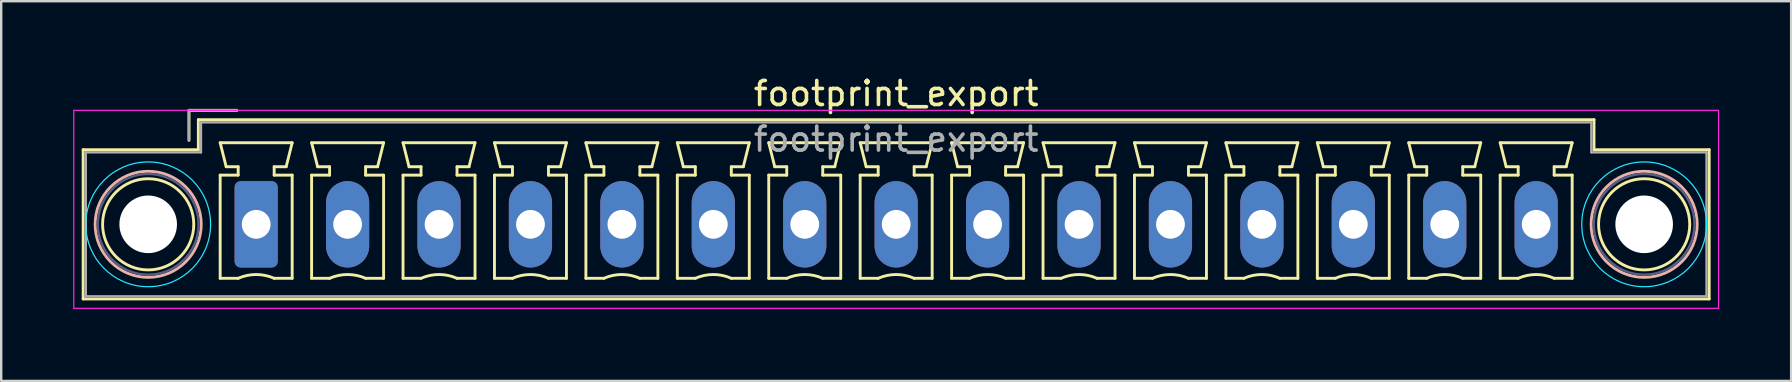
<source format=kicad_pcb>
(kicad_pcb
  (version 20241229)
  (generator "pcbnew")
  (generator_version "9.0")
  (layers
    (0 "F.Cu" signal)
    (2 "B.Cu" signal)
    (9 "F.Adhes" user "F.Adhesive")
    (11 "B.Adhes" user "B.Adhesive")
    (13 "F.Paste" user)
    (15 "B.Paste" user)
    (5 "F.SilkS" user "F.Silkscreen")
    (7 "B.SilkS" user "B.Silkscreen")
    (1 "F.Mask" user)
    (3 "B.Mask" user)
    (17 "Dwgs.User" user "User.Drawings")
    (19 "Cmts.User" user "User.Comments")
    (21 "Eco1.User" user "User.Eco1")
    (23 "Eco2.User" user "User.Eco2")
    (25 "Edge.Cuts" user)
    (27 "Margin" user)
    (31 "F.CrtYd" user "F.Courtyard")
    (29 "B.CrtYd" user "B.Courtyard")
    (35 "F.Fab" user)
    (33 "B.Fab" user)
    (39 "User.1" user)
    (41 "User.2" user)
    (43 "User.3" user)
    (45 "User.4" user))
  (footprint "footprint_export"
    (layer "F.Cu")
    (at 7.625 6.298)
    (property "Reference" "footprint_export" (at 26.67 -5.45 0) (layer "F.SilkS") (effects (font (size 1 1) (thickness 0.15))))
    (attr through_hole)
    (fp_line (start -7.21 -3.11) (end -7.21 3.11) (stroke (width 0.12) (type solid)) (layer "F.SilkS"))
    (fp_line (start -7.21 3.11) (end 60.55 3.11) (stroke (width 0.12) (type solid)) (layer "F.SilkS"))
    (fp_line (start -2.8 -4.75) (end -0.8 -4.75) (stroke (width 0.12) (type solid)) (layer "F.SilkS"))
    (fp_line (start -2.8 -3.5) (end -2.8 -4.75) (stroke (width 0.12) (type solid)) (layer "F.SilkS"))
    (fp_line (start -2.41 -4.36) (end -2.41 -3.11) (stroke (width 0.12) (type solid)) (layer "F.SilkS"))
    (fp_line (start -2.41 -3.11) (end -7.21 -3.11) (stroke (width 0.12) (type solid)) (layer "F.SilkS"))
    (fp_line (start -1.5 -3.4) (end 1.5 -3.4) (stroke (width 0.12) (type solid)) (layer "F.SilkS"))
    (fp_line (start -1.5 -2.05) (end -0.75 -2.05) (stroke (width 0.12) (type solid)) (layer "F.SilkS"))
    (fp_line (start -1.5 2.25) (end -1.5 -2.05) (stroke (width 0.12) (type solid)) (layer "F.SilkS"))
    (fp_line (start -1.25 -2.4) (end -1.5 -3.4) (stroke (width 0.12) (type solid)) (layer "F.SilkS"))
    (fp_line (start -0.75 -2.4) (end -1.25 -2.4) (stroke (width 0.12) (type solid)) (layer "F.SilkS"))
    (fp_line (start -0.75 -2.05) (end -0.75 -2.4) (stroke (width 0.12) (type solid)) (layer "F.SilkS"))
    (fp_line (start -0.75 2.25) (end -1.5 2.25) (stroke (width 0.12) (type solid)) (layer "F.SilkS"))
    (fp_line (start 0.75 -2.4) (end 0.75 -2.05) (stroke (width 0.12) (type solid)) (layer "F.SilkS"))
    (fp_line (start 0.75 -2.05) (end 1.5 -2.05) (stroke (width 0.12) (type solid)) (layer "F.SilkS"))
    (fp_line (start 1.25 -2.4) (end 0.75 -2.4) (stroke (width 0.12) (type solid)) (layer "F.SilkS"))
    (fp_line (start 1.5 -3.4) (end 1.25 -2.4) (stroke (width 0.12) (type solid)) (layer "F.SilkS"))
    (fp_line (start 1.5 -2.05) (end 1.5 2.25) (stroke (width 0.12) (type solid)) (layer "F.SilkS"))
    (fp_line (start 1.5 2.25) (end 0.75 2.25) (stroke (width 0.12) (type solid)) (layer "F.SilkS"))
    (fp_line (start 2.31 -3.4) (end 5.31 -3.4) (stroke (width 0.12) (type solid)) (layer "F.SilkS"))
    (fp_line (start 2.31 -2.05) (end 3.06 -2.05) (stroke (width 0.12) (type solid)) (layer "F.SilkS"))
    (fp_line (start 2.31 2.25) (end 2.31 -2.05) (stroke (width 0.12) (type solid)) (layer "F.SilkS"))
    (fp_line (start 2.56 -2.4) (end 2.31 -3.4) (stroke (width 0.12) (type solid)) (layer "F.SilkS"))
    (fp_line (start 3.06 -2.4) (end 2.56 -2.4) (stroke (width 0.12) (type solid)) (layer "F.SilkS"))
    (fp_line (start 3.06 -2.05) (end 3.06 -2.4) (stroke (width 0.12) (type solid)) (layer "F.SilkS"))
    (fp_line (start 3.06 2.25) (end 2.31 2.25) (stroke (width 0.12) (type solid)) (layer "F.SilkS"))
    (fp_line (start 4.56 -2.4) (end 4.56 -2.05) (stroke (width 0.12) (type solid)) (layer "F.SilkS"))
    (fp_line (start 4.56 -2.05) (end 5.31 -2.05) (stroke (width 0.12) (type solid)) (layer "F.SilkS"))
    (fp_line (start 5.06 -2.4) (end 4.56 -2.4) (stroke (width 0.12) (type solid)) (layer "F.SilkS"))
    (fp_line (start 5.31 -3.4) (end 5.06 -2.4) (stroke (width 0.12) (type solid)) (layer "F.SilkS"))
    (fp_line (start 5.31 -2.05) (end 5.31 2.25) (stroke (width 0.12) (type solid)) (layer "F.SilkS"))
    (fp_line (start 5.31 2.25) (end 4.56 2.25) (stroke (width 0.12) (type solid)) (layer "F.SilkS"))
    (fp_line (start 6.12 -3.4) (end 9.12 -3.4) (stroke (width 0.12) (type solid)) (layer "F.SilkS"))
    (fp_line (start 6.12 -2.05) (end 6.87 -2.05) (stroke (width 0.12) (type solid)) (layer "F.SilkS"))
    (fp_line (start 6.12 2.25) (end 6.12 -2.05) (stroke (width 0.12) (type solid)) (layer "F.SilkS"))
    (fp_line (start 6.37 -2.4) (end 6.12 -3.4) (stroke (width 0.12) (type solid)) (layer "F.SilkS"))
    (fp_line (start 6.87 -2.4) (end 6.37 -2.4) (stroke (width 0.12) (type solid)) (layer "F.SilkS"))
    (fp_line (start 6.87 -2.05) (end 6.87 -2.4) (stroke (width 0.12) (type solid)) (layer "F.SilkS"))
    (fp_line (start 6.87 2.25) (end 6.12 2.25) (stroke (width 0.12) (type solid)) (layer "F.SilkS"))
    (fp_line (start 8.37 -2.4) (end 8.37 -2.05) (stroke (width 0.12) (type solid)) (layer "F.SilkS"))
    (fp_line (start 8.37 -2.05) (end 9.12 -2.05) (stroke (width 0.12) (type solid)) (layer "F.SilkS"))
    (fp_line (start 8.87 -2.4) (end 8.37 -2.4) (stroke (width 0.12) (type solid)) (layer "F.SilkS"))
    (fp_line (start 9.12 -3.4) (end 8.87 -2.4) (stroke (width 0.12) (type solid)) (layer "F.SilkS"))
    (fp_line (start 9.12 -2.05) (end 9.12 2.25) (stroke (width 0.12) (type solid)) (layer "F.SilkS"))
    (fp_line (start 9.12 2.25) (end 8.37 2.25) (stroke (width 0.12) (type solid)) (layer "F.SilkS"))
    (fp_line (start 9.93 -3.4) (end 12.93 -3.4) (stroke (width 0.12) (type solid)) (layer "F.SilkS"))
    (fp_line (start 9.93 -2.05) (end 10.68 -2.05) (stroke (width 0.12) (type solid)) (layer "F.SilkS"))
    (fp_line (start 9.93 2.25) (end 9.93 -2.05) (stroke (width 0.12) (type solid)) (layer "F.SilkS"))
    (fp_line (start 10.18 -2.4) (end 9.93 -3.4) (stroke (width 0.12) (type solid)) (layer "F.SilkS"))
    (fp_line (start 10.68 -2.4) (end 10.18 -2.4) (stroke (width 0.12) (type solid)) (layer "F.SilkS"))
    (fp_line (start 10.68 -2.05) (end 10.68 -2.4) (stroke (width 0.12) (type solid)) (layer "F.SilkS"))
    (fp_line (start 10.68 2.25) (end 9.93 2.25) (stroke (width 0.12) (type solid)) (layer "F.SilkS"))
    (fp_line (start 12.18 -2.4) (end 12.18 -2.05) (stroke (width 0.12) (type solid)) (layer "F.SilkS"))
    (fp_line (start 12.18 -2.05) (end 12.93 -2.05) (stroke (width 0.12) (type solid)) (layer "F.SilkS"))
    (fp_line (start 12.68 -2.4) (end 12.18 -2.4) (stroke (width 0.12) (type solid)) (layer "F.SilkS"))
    (fp_line (start 12.93 -3.4) (end 12.68 -2.4) (stroke (width 0.12) (type solid)) (layer "F.SilkS"))
    (fp_line (start 12.93 -2.05) (end 12.93 2.25) (stroke (width 0.12) (type solid)) (layer "F.SilkS"))
    (fp_line (start 12.93 2.25) (end 12.18 2.25) (stroke (width 0.12) (type solid)) (layer "F.SilkS"))
    (fp_line (start 13.74 -3.4) (end 16.74 -3.4) (stroke (width 0.12) (type solid)) (layer "F.SilkS"))
    (fp_line (start 13.74 -2.05) (end 14.49 -2.05) (stroke (width 0.12) (type solid)) (layer "F.SilkS"))
    (fp_line (start 13.74 2.25) (end 13.74 -2.05) (stroke (width 0.12) (type solid)) (layer "F.SilkS"))
    (fp_line (start 13.99 -2.4) (end 13.74 -3.4) (stroke (width 0.12) (type solid)) (layer "F.SilkS"))
    (fp_line (start 14.49 -2.4) (end 13.99 -2.4) (stroke (width 0.12) (type solid)) (layer "F.SilkS"))
    (fp_line (start 14.49 -2.05) (end 14.49 -2.4) (stroke (width 0.12) (type solid)) (layer "F.SilkS"))
    (fp_line (start 14.49 2.25) (end 13.74 2.25) (stroke (width 0.12) (type solid)) (layer "F.SilkS"))
    (fp_line (start 15.99 -2.4) (end 15.99 -2.05) (stroke (width 0.12) (type solid)) (layer "F.SilkS"))
    (fp_line (start 15.99 -2.05) (end 16.74 -2.05) (stroke (width 0.12) (type solid)) (layer "F.SilkS"))
    (fp_line (start 16.49 -2.4) (end 15.99 -2.4) (stroke (width 0.12) (type solid)) (layer "F.SilkS"))
    (fp_line (start 16.74 -3.4) (end 16.49 -2.4) (stroke (width 0.12) (type solid)) (layer "F.SilkS"))
    (fp_line (start 16.74 -2.05) (end 16.74 2.25) (stroke (width 0.12) (type solid)) (layer "F.SilkS"))
    (fp_line (start 16.74 2.25) (end 15.99 2.25) (stroke (width 0.12) (type solid)) (layer "F.SilkS"))
    (fp_line (start 17.55 -3.4) (end 20.55 -3.4) (stroke (width 0.12) (type solid)) (layer "F.SilkS"))
    (fp_line (start 17.55 -2.05) (end 18.3 -2.05) (stroke (width 0.12) (type solid)) (layer "F.SilkS"))
    (fp_line (start 17.55 2.25) (end 17.55 -2.05) (stroke (width 0.12) (type solid)) (layer "F.SilkS"))
    (fp_line (start 17.8 -2.4) (end 17.55 -3.4) (stroke (width 0.12) (type solid)) (layer "F.SilkS"))
    (fp_line (start 18.3 -2.4) (end 17.8 -2.4) (stroke (width 0.12) (type solid)) (layer "F.SilkS"))
    (fp_line (start 18.3 -2.05) (end 18.3 -2.4) (stroke (width 0.12) (type solid)) (layer "F.SilkS"))
    (fp_line (start 18.3 2.25) (end 17.55 2.25) (stroke (width 0.12) (type solid)) (layer "F.SilkS"))
    (fp_line (start 19.8 -2.4) (end 19.8 -2.05) (stroke (width 0.12) (type solid)) (layer "F.SilkS"))
    (fp_line (start 19.8 -2.05) (end 20.55 -2.05) (stroke (width 0.12) (type solid)) (layer "F.SilkS"))
    (fp_line (start 20.3 -2.4) (end 19.8 -2.4) (stroke (width 0.12) (type solid)) (layer "F.SilkS"))
    (fp_line (start 20.55 -3.4) (end 20.3 -2.4) (stroke (width 0.12) (type solid)) (layer "F.SilkS"))
    (fp_line (start 20.55 -2.05) (end 20.55 2.25) (stroke (width 0.12) (type solid)) (layer "F.SilkS"))
    (fp_line (start 20.55 2.25) (end 19.8 2.25) (stroke (width 0.12) (type solid)) (layer "F.SilkS"))
    (fp_line (start 21.36 -3.4) (end 24.36 -3.4) (stroke (width 0.12) (type solid)) (layer "F.SilkS"))
    (fp_line (start 21.36 -2.05) (end 22.11 -2.05) (stroke (width 0.12) (type solid)) (layer "F.SilkS"))
    (fp_line (start 21.36 2.25) (end 21.36 -2.05) (stroke (width 0.12) (type solid)) (layer "F.SilkS"))
    (fp_line (start 21.61 -2.4) (end 21.36 -3.4) (stroke (width 0.12) (type solid)) (layer "F.SilkS"))
    (fp_line (start 22.11 -2.4) (end 21.61 -2.4) (stroke (width 0.12) (type solid)) (layer "F.SilkS"))
    (fp_line (start 22.11 -2.05) (end 22.11 -2.4) (stroke (width 0.12) (type solid)) (layer "F.SilkS"))
    (fp_line (start 22.11 2.25) (end 21.36 2.25) (stroke (width 0.12) (type solid)) (layer "F.SilkS"))
    (fp_line (start 23.61 -2.4) (end 23.61 -2.05) (stroke (width 0.12) (type solid)) (layer "F.SilkS"))
    (fp_line (start 23.61 -2.05) (end 24.36 -2.05) (stroke (width 0.12) (type solid)) (layer "F.SilkS"))
    (fp_line (start 24.11 -2.4) (end 23.61 -2.4) (stroke (width 0.12) (type solid)) (layer "F.SilkS"))
    (fp_line (start 24.36 -3.4) (end 24.11 -2.4) (stroke (width 0.12) (type solid)) (layer "F.SilkS"))
    (fp_line (start 24.36 -2.05) (end 24.36 2.25) (stroke (width 0.12) (type solid)) (layer "F.SilkS"))
    (fp_line (start 24.36 2.25) (end 23.61 2.25) (stroke (width 0.12) (type solid)) (layer "F.SilkS"))
    (fp_line (start 25.17 -3.4) (end 28.17 -3.4) (stroke (width 0.12) (type solid)) (layer "F.SilkS"))
    (fp_line (start 25.17 -2.05) (end 25.92 -2.05) (stroke (width 0.12) (type solid)) (layer "F.SilkS"))
    (fp_line (start 25.17 2.25) (end 25.17 -2.05) (stroke (width 0.12) (type solid)) (layer "F.SilkS"))
    (fp_line (start 25.42 -2.4) (end 25.17 -3.4) (stroke (width 0.12) (type solid)) (layer "F.SilkS"))
    (fp_line (start 25.92 -2.4) (end 25.42 -2.4) (stroke (width 0.12) (type solid)) (layer "F.SilkS"))
    (fp_line (start 25.92 -2.05) (end 25.92 -2.4) (stroke (width 0.12) (type solid)) (layer "F.SilkS"))
    (fp_line (start 25.92 2.25) (end 25.17 2.25) (stroke (width 0.12) (type solid)) (layer "F.SilkS"))
    (fp_line (start 27.42 -2.4) (end 27.42 -2.05) (stroke (width 0.12) (type solid)) (layer "F.SilkS"))
    (fp_line (start 27.42 -2.05) (end 28.17 -2.05) (stroke (width 0.12) (type solid)) (layer "F.SilkS"))
    (fp_line (start 27.92 -2.4) (end 27.42 -2.4) (stroke (width 0.12) (type solid)) (layer "F.SilkS"))
    (fp_line (start 28.17 -3.4) (end 27.92 -2.4) (stroke (width 0.12) (type solid)) (layer "F.SilkS"))
    (fp_line (start 28.17 -2.05) (end 28.17 2.25) (stroke (width 0.12) (type solid)) (layer "F.SilkS"))
    (fp_line (start 28.17 2.25) (end 27.42 2.25) (stroke (width 0.12) (type solid)) (layer "F.SilkS"))
    (fp_line (start 28.98 -3.4) (end 31.98 -3.4) (stroke (width 0.12) (type solid)) (layer "F.SilkS"))
    (fp_line (start 28.98 -2.05) (end 29.73 -2.05) (stroke (width 0.12) (type solid)) (layer "F.SilkS"))
    (fp_line (start 28.98 2.25) (end 28.98 -2.05) (stroke (width 0.12) (type solid)) (layer "F.SilkS"))
    (fp_line (start 29.23 -2.4) (end 28.98 -3.4) (stroke (width 0.12) (type solid)) (layer "F.SilkS"))
    (fp_line (start 29.73 -2.4) (end 29.23 -2.4) (stroke (width 0.12) (type solid)) (layer "F.SilkS"))
    (fp_line (start 29.73 -2.05) (end 29.73 -2.4) (stroke (width 0.12) (type solid)) (layer "F.SilkS"))
    (fp_line (start 29.73 2.25) (end 28.98 2.25) (stroke (width 0.12) (type solid)) (layer "F.SilkS"))
    (fp_line (start 31.23 -2.4) (end 31.23 -2.05) (stroke (width 0.12) (type solid)) (layer "F.SilkS"))
    (fp_line (start 31.23 -2.05) (end 31.98 -2.05) (stroke (width 0.12) (type solid)) (layer "F.SilkS"))
    (fp_line (start 31.73 -2.4) (end 31.23 -2.4) (stroke (width 0.12) (type solid)) (layer "F.SilkS"))
    (fp_line (start 31.98 -3.4) (end 31.73 -2.4) (stroke (width 0.12) (type solid)) (layer "F.SilkS"))
    (fp_line (start 31.98 -2.05) (end 31.98 2.25) (stroke (width 0.12) (type solid)) (layer "F.SilkS"))
    (fp_line (start 31.98 2.25) (end 31.23 2.25) (stroke (width 0.12) (type solid)) (layer "F.SilkS"))
    (fp_line (start 32.79 -3.4) (end 35.79 -3.4) (stroke (width 0.12) (type solid)) (layer "F.SilkS"))
    (fp_line (start 32.79 -2.05) (end 33.54 -2.05) (stroke (width 0.12) (type solid)) (layer "F.SilkS"))
    (fp_line (start 32.79 2.25) (end 32.79 -2.05) (stroke (width 0.12) (type solid)) (layer "F.SilkS"))
    (fp_line (start 33.04 -2.4) (end 32.79 -3.4) (stroke (width 0.12) (type solid)) (layer "F.SilkS"))
    (fp_line (start 33.54 -2.4) (end 33.04 -2.4) (stroke (width 0.12) (type solid)) (layer "F.SilkS"))
    (fp_line (start 33.54 -2.05) (end 33.54 -2.4) (stroke (width 0.12) (type solid)) (layer "F.SilkS"))
    (fp_line (start 33.54 2.25) (end 32.79 2.25) (stroke (width 0.12) (type solid)) (layer "F.SilkS"))
    (fp_line (start 35.04 -2.4) (end 35.04 -2.05) (stroke (width 0.12) (type solid)) (layer "F.SilkS"))
    (fp_line (start 35.04 -2.05) (end 35.79 -2.05) (stroke (width 0.12) (type solid)) (layer "F.SilkS"))
    (fp_line (start 35.54 -2.4) (end 35.04 -2.4) (stroke (width 0.12) (type solid)) (layer "F.SilkS"))
    (fp_line (start 35.79 -3.4) (end 35.54 -2.4) (stroke (width 0.12) (type solid)) (layer "F.SilkS"))
    (fp_line (start 35.79 -2.05) (end 35.79 2.25) (stroke (width 0.12) (type solid)) (layer "F.SilkS"))
    (fp_line (start 35.79 2.25) (end 35.04 2.25) (stroke (width 0.12) (type solid)) (layer "F.SilkS"))
    (fp_line (start 36.6 -3.4) (end 39.6 -3.4) (stroke (width 0.12) (type solid)) (layer "F.SilkS"))
    (fp_line (start 36.6 -2.05) (end 37.35 -2.05) (stroke (width 0.12) (type solid)) (layer "F.SilkS"))
    (fp_line (start 36.6 2.25) (end 36.6 -2.05) (stroke (width 0.12) (type solid)) (layer "F.SilkS"))
    (fp_line (start 36.85 -2.4) (end 36.6 -3.4) (stroke (width 0.12) (type solid)) (layer "F.SilkS"))
    (fp_line (start 37.35 -2.4) (end 36.85 -2.4) (stroke (width 0.12) (type solid)) (layer "F.SilkS"))
    (fp_line (start 37.35 -2.05) (end 37.35 -2.4) (stroke (width 0.12) (type solid)) (layer "F.SilkS"))
    (fp_line (start 37.35 2.25) (end 36.6 2.25) (stroke (width 0.12) (type solid)) (layer "F.SilkS"))
    (fp_line (start 38.85 -2.4) (end 38.85 -2.05) (stroke (width 0.12) (type solid)) (layer "F.SilkS"))
    (fp_line (start 38.85 -2.05) (end 39.6 -2.05) (stroke (width 0.12) (type solid)) (layer "F.SilkS"))
    (fp_line (start 39.35 -2.4) (end 38.85 -2.4) (stroke (width 0.12) (type solid)) (layer "F.SilkS"))
    (fp_line (start 39.6 -3.4) (end 39.35 -2.4) (stroke (width 0.12) (type solid)) (layer "F.SilkS"))
    (fp_line (start 39.6 -2.05) (end 39.6 2.25) (stroke (width 0.12) (type solid)) (layer "F.SilkS"))
    (fp_line (start 39.6 2.25) (end 38.85 2.25) (stroke (width 0.12) (type solid)) (layer "F.SilkS"))
    (fp_line (start 40.41 -3.4) (end 43.41 -3.4) (stroke (width 0.12) (type solid)) (layer "F.SilkS"))
    (fp_line (start 40.41 -2.05) (end 41.16 -2.05) (stroke (width 0.12) (type solid)) (layer "F.SilkS"))
    (fp_line (start 40.41 2.25) (end 40.41 -2.05) (stroke (width 0.12) (type solid)) (layer "F.SilkS"))
    (fp_line (start 40.66 -2.4) (end 40.41 -3.4) (stroke (width 0.12) (type solid)) (layer "F.SilkS"))
    (fp_line (start 41.16 -2.4) (end 40.66 -2.4) (stroke (width 0.12) (type solid)) (layer "F.SilkS"))
    (fp_line (start 41.16 -2.05) (end 41.16 -2.4) (stroke (width 0.12) (type solid)) (layer "F.SilkS"))
    (fp_line (start 41.16 2.25) (end 40.41 2.25) (stroke (width 0.12) (type solid)) (layer "F.SilkS"))
    (fp_line (start 42.66 -2.4) (end 42.66 -2.05) (stroke (width 0.12) (type solid)) (layer "F.SilkS"))
    (fp_line (start 42.66 -2.05) (end 43.41 -2.05) (stroke (width 0.12) (type solid)) (layer "F.SilkS"))
    (fp_line (start 43.16 -2.4) (end 42.66 -2.4) (stroke (width 0.12) (type solid)) (layer "F.SilkS"))
    (fp_line (start 43.41 -3.4) (end 43.16 -2.4) (stroke (width 0.12) (type solid)) (layer "F.SilkS"))
    (fp_line (start 43.41 -2.05) (end 43.41 2.25) (stroke (width 0.12) (type solid)) (layer "F.SilkS"))
    (fp_line (start 43.41 2.25) (end 42.66 2.25) (stroke (width 0.12) (type solid)) (layer "F.SilkS"))
    (fp_line (start 44.22 -3.4) (end 47.22 -3.4) (stroke (width 0.12) (type solid)) (layer "F.SilkS"))
    (fp_line (start 44.22 -2.05) (end 44.97 -2.05) (stroke (width 0.12) (type solid)) (layer "F.SilkS"))
    (fp_line (start 44.22 2.25) (end 44.22 -2.05) (stroke (width 0.12) (type solid)) (layer "F.SilkS"))
    (fp_line (start 44.47 -2.4) (end 44.22 -3.4) (stroke (width 0.12) (type solid)) (layer "F.SilkS"))
    (fp_line (start 44.97 -2.4) (end 44.47 -2.4) (stroke (width 0.12) (type solid)) (layer "F.SilkS"))
    (fp_line (start 44.97 -2.05) (end 44.97 -2.4) (stroke (width 0.12) (type solid)) (layer "F.SilkS"))
    (fp_line (start 44.97 2.25) (end 44.22 2.25) (stroke (width 0.12) (type solid)) (layer "F.SilkS"))
    (fp_line (start 46.47 -2.4) (end 46.47 -2.05) (stroke (width 0.12) (type solid)) (layer "F.SilkS"))
    (fp_line (start 46.47 -2.05) (end 47.22 -2.05) (stroke (width 0.12) (type solid)) (layer "F.SilkS"))
    (fp_line (start 46.97 -2.4) (end 46.47 -2.4) (stroke (width 0.12) (type solid)) (layer "F.SilkS"))
    (fp_line (start 47.22 -3.4) (end 46.97 -2.4) (stroke (width 0.12) (type solid)) (layer "F.SilkS"))
    (fp_line (start 47.22 -2.05) (end 47.22 2.25) (stroke (width 0.12) (type solid)) (layer "F.SilkS"))
    (fp_line (start 47.22 2.25) (end 46.47 2.25) (stroke (width 0.12) (type solid)) (layer "F.SilkS"))
    (fp_line (start 48.03 -3.4) (end 51.03 -3.4) (stroke (width 0.12) (type solid)) (layer "F.SilkS"))
    (fp_line (start 48.03 -2.05) (end 48.78 -2.05) (stroke (width 0.12) (type solid)) (layer "F.SilkS"))
    (fp_line (start 48.03 2.25) (end 48.03 -2.05) (stroke (width 0.12) (type solid)) (layer "F.SilkS"))
    (fp_line (start 48.28 -2.4) (end 48.03 -3.4) (stroke (width 0.12) (type solid)) (layer "F.SilkS"))
    (fp_line (start 48.78 -2.4) (end 48.28 -2.4) (stroke (width 0.12) (type solid)) (layer "F.SilkS"))
    (fp_line (start 48.78 -2.05) (end 48.78 -2.4) (stroke (width 0.12) (type solid)) (layer "F.SilkS"))
    (fp_line (start 48.78 2.25) (end 48.03 2.25) (stroke (width 0.12) (type solid)) (layer "F.SilkS"))
    (fp_line (start 50.28 -2.4) (end 50.28 -2.05) (stroke (width 0.12) (type solid)) (layer "F.SilkS"))
    (fp_line (start 50.28 -2.05) (end 51.03 -2.05) (stroke (width 0.12) (type solid)) (layer "F.SilkS"))
    (fp_line (start 50.78 -2.4) (end 50.28 -2.4) (stroke (width 0.12) (type solid)) (layer "F.SilkS"))
    (fp_line (start 51.03 -3.4) (end 50.78 -2.4) (stroke (width 0.12) (type solid)) (layer "F.SilkS"))
    (fp_line (start 51.03 -2.05) (end 51.03 2.25) (stroke (width 0.12) (type solid)) (layer "F.SilkS"))
    (fp_line (start 51.03 2.25) (end 50.28 2.25) (stroke (width 0.12) (type solid)) (layer "F.SilkS"))
    (fp_line (start 51.84 -3.4) (end 54.84 -3.4) (stroke (width 0.12) (type solid)) (layer "F.SilkS"))
    (fp_line (start 51.84 -2.05) (end 52.59 -2.05) (stroke (width 0.12) (type solid)) (layer "F.SilkS"))
    (fp_line (start 51.84 2.25) (end 51.84 -2.05) (stroke (width 0.12) (type solid)) (layer "F.SilkS"))
    (fp_line (start 52.09 -2.4) (end 51.84 -3.4) (stroke (width 0.12) (type solid)) (layer "F.SilkS"))
    (fp_line (start 52.59 -2.4) (end 52.09 -2.4) (stroke (width 0.12) (type solid)) (layer "F.SilkS"))
    (fp_line (start 52.59 -2.05) (end 52.59 -2.4) (stroke (width 0.12) (type solid)) (layer "F.SilkS"))
    (fp_line (start 52.59 2.25) (end 51.84 2.25) (stroke (width 0.12) (type solid)) (layer "F.SilkS"))
    (fp_line (start 54.09 -2.4) (end 54.09 -2.05) (stroke (width 0.12) (type solid)) (layer "F.SilkS"))
    (fp_line (start 54.09 -2.05) (end 54.84 -2.05) (stroke (width 0.12) (type solid)) (layer "F.SilkS"))
    (fp_line (start 54.59 -2.4) (end 54.09 -2.4) (stroke (width 0.12) (type solid)) (layer "F.SilkS"))
    (fp_line (start 54.84 -3.4) (end 54.59 -2.4) (stroke (width 0.12) (type solid)) (layer "F.SilkS"))
    (fp_line (start 54.84 -2.05) (end 54.84 2.25) (stroke (width 0.12) (type solid)) (layer "F.SilkS"))
    (fp_line (start 54.84 2.25) (end 54.09 2.25) (stroke (width 0.12) (type solid)) (layer "F.SilkS"))
    (fp_line (start 55.75 -4.36) (end -2.41 -4.36) (stroke (width 0.12) (type solid)) (layer "F.SilkS"))
    (fp_line (start 55.75 -3.11) (end 55.75 -4.36) (stroke (width 0.12) (type solid)) (layer "F.SilkS"))
    (fp_line (start 60.55 -3.11) (end 55.75 -3.11) (stroke (width 0.12) (type solid)) (layer "F.SilkS"))
    (fp_line (start 60.55 3.11) (end 60.55 -3.11) (stroke (width 0.12) (type solid)) (layer "F.SilkS"))
    (fp_arc (start -0.75 2.25) (mid -0.000193 2.09191) (end 0.749647 2.249844) (stroke (width 0.12) (type solid)) (layer "F.SilkS"))
    (fp_arc (start 3.06 2.25) (mid 3.809807 2.09191) (end 4.559647 2.249844) (stroke (width 0.12) (type solid)) (layer "F.SilkS"))
    (fp_arc (start 6.87 2.25) (mid 7.619807 2.09191) (end 8.369647 2.249844) (stroke (width 0.12) (type solid)) (layer "F.SilkS"))
    (fp_arc (start 10.68 2.25) (mid 11.429807 2.09191) (end 12.179647 2.249844) (stroke (width 0.12) (type solid)) (layer "F.SilkS"))
    (fp_arc (start 14.49 2.25) (mid 15.239807 2.09191) (end 15.989647 2.249844) (stroke (width 0.12) (type solid)) (layer "F.SilkS"))
    (fp_arc (start 18.3 2.25) (mid 19.049807 2.09191) (end 19.799647 2.249844) (stroke (width 0.12) (type solid)) (layer "F.SilkS"))
    (fp_arc (start 22.11 2.25) (mid 22.859807 2.09191) (end 23.609647 2.249844) (stroke (width 0.12) (type solid)) (layer "F.SilkS"))
    (fp_arc (start 25.92 2.25) (mid 26.669807 2.09191) (end 27.419647 2.249844) (stroke (width 0.12) (type solid)) (layer "F.SilkS"))
    (fp_arc (start 29.73 2.25) (mid 30.479807 2.09191) (end 31.229647 2.249844) (stroke (width 0.12) (type solid)) (layer "F.SilkS"))
    (fp_arc (start 33.54 2.25) (mid 34.289807 2.09191) (end 35.039647 2.249844) (stroke (width 0.12) (type solid)) (layer "F.SilkS"))
    (fp_arc (start 37.35 2.25) (mid 38.099807 2.09191) (end 38.849647 2.249844) (stroke (width 0.12) (type solid)) (layer "F.SilkS"))
    (fp_arc (start 41.16 2.25) (mid 41.909807 2.09191) (end 42.659647 2.249844) (stroke (width 0.12) (type solid)) (layer "F.SilkS"))
    (fp_arc (start 44.97 2.25) (mid 45.719807 2.09191) (end 46.469647 2.249844) (stroke (width 0.12) (type solid)) (layer "F.SilkS"))
    (fp_arc (start 48.78 2.25) (mid 49.529807 2.09191) (end 50.279647 2.249844) (stroke (width 0.12) (type solid)) (layer "F.SilkS"))
    (fp_arc (start 52.59 2.25) (mid 53.339807 2.09191) (end 54.089647 2.249844) (stroke (width 0.12) (type solid)) (layer "F.SilkS"))
    (fp_circle (center -4.5 0) (end -2.6 0) (stroke (width 0.12) (type solid)) (fill no) (layer "F.SilkS"))
    (fp_circle (center 57.84 0) (end 59.74 0) (stroke (width 0.12) (type solid)) (fill no) (layer "F.SilkS"))
    (fp_circle (center -4.5 0) (end -2.29 0) (stroke (width 0.12) (type solid)) (fill no) (layer "B.SilkS"))
    (fp_circle (center 57.84 0) (end 60.05 0) (stroke (width 0.12) (type solid)) (fill no) (layer "B.SilkS"))
    (fp_circle (center -4.5 0) (end -1.9 0) (stroke (width 0.05) (type solid)) (fill no) (layer "B.CrtYd"))
    (fp_circle (center 57.84 0) (end 60.44 0) (stroke (width 0.05) (type solid)) (fill no) (layer "B.CrtYd"))
    (fp_line (start -7.6 -4.75) (end -7.6 3.5) (stroke (width 0.05) (type solid)) (layer "F.CrtYd"))
    (fp_line (start -7.6 3.5) (end 60.94 3.5) (stroke (width 0.05) (type solid)) (layer "F.CrtYd"))
    (fp_line (start 60.94 -4.75) (end -7.6 -4.75) (stroke (width 0.05) (type solid)) (layer "F.CrtYd"))
    (fp_line (start 60.94 3.5) (end 60.94 -4.75) (stroke (width 0.05) (type solid)) (layer "F.CrtYd"))
    (fp_circle (center -4.5 0) (end -2.4 0) (stroke (width 0.1) (type solid)) (fill no) (layer "B.Fab"))
    (fp_circle (center 57.84 0) (end 59.94 0) (stroke (width 0.1) (type solid)) (fill no) (layer "B.Fab"))
    (fp_line (start -7.1 -3) (end -7.1 3) (stroke (width 0.1) (type solid)) (layer "F.Fab"))
    (fp_line (start -7.1 3) (end 60.44 3) (stroke (width 0.1) (type solid)) (layer "F.Fab"))
    (fp_line (start -2.8 -4.75) (end -0.8 -4.75) (stroke (width 0.1) (type solid)) (layer "F.Fab"))
    (fp_line (start -2.8 -3.5) (end -2.8 -4.75) (stroke (width 0.1) (type solid)) (layer "F.Fab"))
    (fp_line (start -2.3 -4.25) (end -2.3 -3) (stroke (width 0.1) (type solid)) (layer "F.Fab"))
    (fp_line (start -2.3 -3) (end -7.1 -3) (stroke (width 0.1) (type solid)) (layer "F.Fab"))
    (fp_line (start 55.64 -4.25) (end -2.3 -4.25) (stroke (width 0.1) (type solid)) (layer "F.Fab"))
    (fp_line (start 55.64 -3) (end 55.64 -4.25) (stroke (width 0.1) (type solid)) (layer "F.Fab"))
    (fp_line (start 60.44 -3) (end 55.64 -3) (stroke (width 0.1) (type solid)) (layer "F.Fab"))
    (fp_line (start 60.44 3) (end 60.44 -3) (stroke (width 0.1) (type solid)) (layer "F.Fab"))
    (fp_text user "${REFERENCE}" (at 26.67 -3.55 0) (layer "F.Fab") (effects (font (size 1 1) (thickness 0.15))))
    (pad "" np_thru_hole circle (at -4.5 0) (size 2.4 2.4) (drill 2.4) (layers "*.Cu" "*.Mask"))
    (pad "" np_thru_hole circle (at 57.84 0) (size 2.4 2.4) (drill 2.4) (layers "*.Cu" "*.Mask"))
    (pad "1" thru_hole roundrect (at 0 0) (size 1.8 3.6) (drill 1.2) (layers "*.Cu" "*.Mask") (roundrect_rratio 0.139))
    (pad "2" thru_hole oval (at 3.81 0) (size 1.8 3.6) (drill 1.2) (layers "*.Cu" "*.Mask"))
    (pad "3" thru_hole oval (at 7.62 0) (size 1.8 3.6) (drill 1.2) (layers "*.Cu" "*.Mask"))
    (pad "4" thru_hole oval (at 11.43 0) (size 1.8 3.6) (drill 1.2) (layers "*.Cu" "*.Mask"))
    (pad "5" thru_hole oval (at 15.24 0) (size 1.8 3.6) (drill 1.2) (layers "*.Cu" "*.Mask"))
    (pad "6" thru_hole oval (at 19.05 0) (size 1.8 3.6) (drill 1.2) (layers "*.Cu" "*.Mask"))
    (pad "7" thru_hole oval (at 22.86 0) (size 1.8 3.6) (drill 1.2) (layers "*.Cu" "*.Mask"))
    (pad "8" thru_hole oval (at 26.67 0) (size 1.8 3.6) (drill 1.2) (layers "*.Cu" "*.Mask"))
    (pad "9" thru_hole oval (at 30.48 0) (size 1.8 3.6) (drill 1.2) (layers "*.Cu" "*.Mask"))
    (pad "10" thru_hole oval (at 34.29 0) (size 1.8 3.6) (drill 1.2) (layers "*.Cu" "*.Mask"))
    (pad "11" thru_hole oval (at 38.1 0) (size 1.8 3.6) (drill 1.2) (layers "*.Cu" "*.Mask"))
    (pad "12" thru_hole oval (at 41.91 0) (size 1.8 3.6) (drill 1.2) (layers "*.Cu" "*.Mask"))
    (pad "13" thru_hole oval (at 45.72 0) (size 1.8 3.6) (drill 1.2) (layers "*.Cu" "*.Mask"))
    (pad "14" thru_hole oval (at 49.53 0) (size 1.8 3.6) (drill 1.2) (layers "*.Cu" "*.Mask"))
    (pad "15" thru_hole oval (at 53.34 0) (size 1.8 3.6) (drill 1.2) (layers "*.Cu" "*.Mask")))
  (gr_rect
    (start -3 -3)
    (end 71.59 12.823)
    (stroke (width 0.1) (type default))
    (fill no)
    (layer "Edge.Cuts")))
</source>
